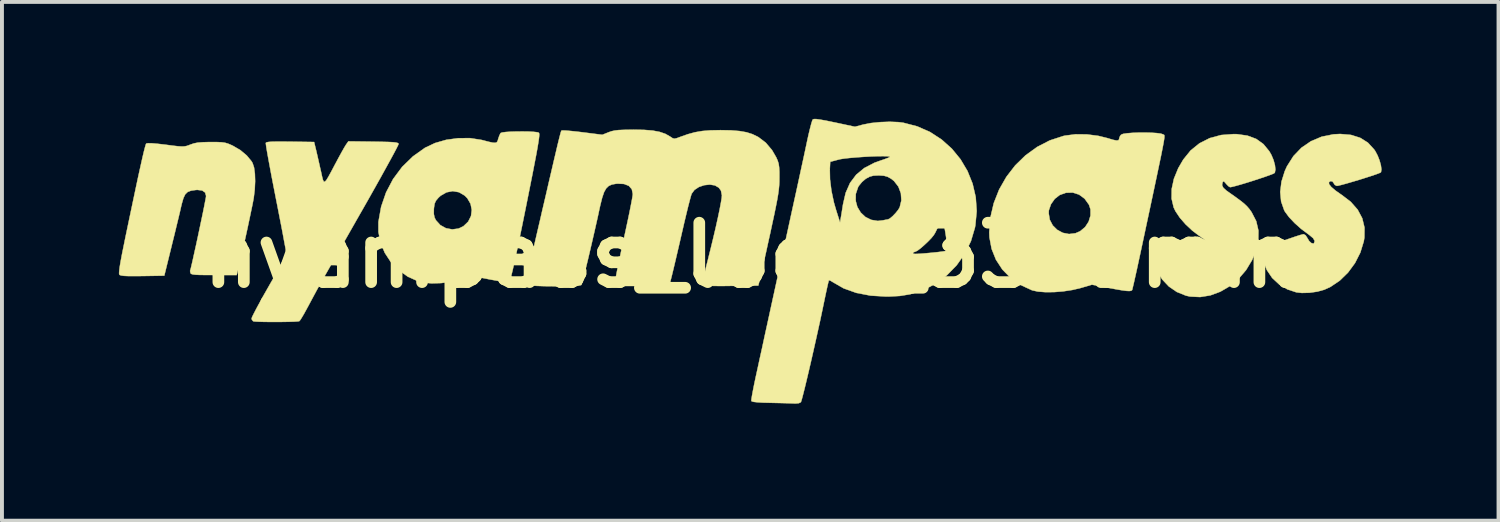
<source format=kicad_pcb>
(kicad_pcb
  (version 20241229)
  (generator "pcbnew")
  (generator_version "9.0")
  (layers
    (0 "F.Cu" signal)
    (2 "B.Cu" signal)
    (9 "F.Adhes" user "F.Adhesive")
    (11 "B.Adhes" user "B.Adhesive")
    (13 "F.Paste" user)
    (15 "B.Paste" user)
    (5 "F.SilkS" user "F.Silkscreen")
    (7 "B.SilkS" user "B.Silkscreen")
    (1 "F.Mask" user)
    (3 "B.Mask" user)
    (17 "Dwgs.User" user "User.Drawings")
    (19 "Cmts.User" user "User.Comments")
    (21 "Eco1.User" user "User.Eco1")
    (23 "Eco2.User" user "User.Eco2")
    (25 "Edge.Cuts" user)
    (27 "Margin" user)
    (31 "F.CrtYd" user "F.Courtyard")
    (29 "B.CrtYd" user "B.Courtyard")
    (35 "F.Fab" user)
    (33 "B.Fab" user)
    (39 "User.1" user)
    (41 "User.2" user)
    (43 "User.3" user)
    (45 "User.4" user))
  (footprint "nyampass_logo_33x9mm"
    (layer "F.Cu")
    (at 16.232 3.498)
    (property "Reference" "nyampass_logo_33x9mm" (at 0 0 0) (layer "F.SilkS") (effects (font (size 1.524 1.524) (thickness 0.3))))
    (attr through_hole)
    (fp_poly (pts (xy 12.453 -3.106) (xy 12.72 -3.068) (xy 12.945 -2.984) (xy 13.13 -2.851) (xy 13.28 -2.668) (xy 13.336 -2.57) (xy 13.39 -2.44) (xy 13.425 -2.31) (xy 13.437 -2.198) (xy 13.423 -2.12) (xy 13.418 -2.112) (xy 13.381 -2.091) (xy 13.294 -2.057) (xy 13.17 -2.013) (xy 13.021 -1.963) (xy 12.859 -1.91) (xy 12.696 -1.859) (xy 12.543 -1.813) (xy 12.414 -1.777) (xy 12.319 -1.753) (xy 12.274 -1.746) (xy 12.234 -1.769) (xy 12.18 -1.824) (xy 12.172 -1.834) (xy 12.124 -1.888) (xy 12.097 -1.895) (xy 12.08 -1.865) (xy 12.069 -1.797) (xy 12.1 -1.733) (xy 12.178 -1.66) (xy 12.23 -1.623) (xy 12.405 -1.5) (xy 12.536 -1.404) (xy 12.634 -1.326) (xy 12.707 -1.257) (xy 12.766 -1.189) (xy 12.82 -1.114) (xy 12.826 -1.105) (xy 12.945 -0.875) (xy 13.002 -0.631) (xy 12.998 -0.373) (xy 12.932 -0.1) (xy 12.84 0.122) (xy 12.684 0.381) (xy 12.491 0.606) (xy 12.269 0.792) (xy 12.025 0.934) (xy 11.769 1.029) (xy 11.506 1.072) (xy 11.246 1.059) (xy 11.142 1.036) (xy 10.91 0.943) (xy 10.704 0.802) (xy 10.534 0.622) (xy 10.406 0.413) (xy 10.329 0.184) (xy 10.31 0.039) (xy 10.303 -0.107) (xy 10.811 -0.29) (xy 10.983 -0.351) (xy 11.138 -0.404) (xy 11.264 -0.444) (xy 11.351 -0.469) (xy 11.382 -0.475) (xy 11.446 -0.445) (xy 11.509 -0.357) (xy 11.566 -0.276) (xy 11.62 -0.241) (xy 11.66 -0.256) (xy 11.676 -0.302) (xy 11.663 -0.349) (xy 11.609 -0.407) (xy 11.504 -0.483) (xy 11.491 -0.492) (xy 11.306 -0.631) (xy 11.134 -0.792) (xy 10.985 -0.963) (xy 10.874 -1.129) (xy 10.827 -1.227) (xy 10.774 -1.453) (xy 10.777 -1.701) (xy 10.834 -1.963) (xy 10.944 -2.232) (xy 11.073 -2.454) (xy 11.263 -2.689) (xy 11.491 -2.873) (xy 11.753 -3.005) (xy 12.046 -3.084) (xy 12.368 -3.108) (xy 12.453 -3.106)) (stroke (width 0.01) (type solid)) (fill yes) (layer "F.SilkS"))
    (fp_poly (pts (xy 15.375 -3.087) (xy 15.611 -3.013) (xy 15.809 -2.889) (xy 15.97 -2.714) (xy 16 -2.67) (xy 16.06 -2.557) (xy 16.109 -2.431) (xy 16.143 -2.308) (xy 16.157 -2.204) (xy 16.147 -2.135) (xy 16.14 -2.125) (xy 16.1 -2.106) (xy 16.011 -2.073) (xy 15.886 -2.031) (xy 15.736 -1.983) (xy 15.574 -1.932) (xy 15.411 -1.884) (xy 15.261 -1.84) (xy 15.136 -1.806) (xy 15.047 -1.784) (xy 15.012 -1.779) (xy 14.96 -1.805) (xy 14.938 -1.841) (xy 14.899 -1.894) (xy 14.846 -1.901) (xy 14.81 -1.871) (xy 14.815 -1.822) (xy 14.872 -1.75) (xy 14.975 -1.662) (xy 15.118 -1.561) (xy 15.134 -1.551) (xy 15.37 -1.371) (xy 15.547 -1.17) (xy 15.665 -0.949) (xy 15.723 -0.71) (xy 15.72 -0.454) (xy 15.704 -0.356) (xy 15.616 -0.069) (xy 15.479 0.201) (xy 15.3 0.444) (xy 15.089 0.65) (xy 14.852 0.81) (xy 14.691 0.884) (xy 14.513 0.933) (xy 14.312 0.962) (xy 14.115 0.967) (xy 13.974 0.951) (xy 13.744 0.875) (xy 13.533 0.748) (xy 13.355 0.583) (xy 13.223 0.388) (xy 13.211 0.364) (xy 13.165 0.249) (xy 13.128 0.123) (xy 13.103 0.002) (xy 13.092 -0.097) (xy 13.1 -0.157) (xy 13.105 -0.163) (xy 13.145 -0.185) (xy 13.233 -0.221) (xy 13.356 -0.269) (xy 13.503 -0.323) (xy 13.66 -0.38) (xy 13.815 -0.433) (xy 13.955 -0.481) (xy 14.068 -0.517) (xy 14.143 -0.537) (xy 14.161 -0.54) (xy 14.212 -0.512) (xy 14.256 -0.444) (xy 14.256 -0.443) (xy 14.302 -0.366) (xy 14.359 -0.313) (xy 14.41 -0.299) (xy 14.426 -0.308) (xy 14.446 -0.366) (xy 14.404 -0.439) (xy 14.3 -0.526) (xy 14.28 -0.54) (xy 14.099 -0.675) (xy 13.931 -0.825) (xy 13.789 -0.975) (xy 13.686 -1.113) (xy 13.662 -1.156) (xy 13.584 -1.379) (xy 13.561 -1.625) (xy 13.593 -1.888) (xy 13.678 -2.159) (xy 13.735 -2.284) (xy 13.899 -2.543) (xy 14.105 -2.758) (xy 14.349 -2.925) (xy 14.624 -3.041) (xy 14.926 -3.102) (xy 15.099 -3.111) (xy 15.375 -3.087)) (stroke (width 0.01) (type solid)) (fill yes) (layer "F.SilkS"))
    (fp_poly (pts (xy -5.722 -3.173) (xy -5.594 -3.166) (xy -5.501 -3.156) (xy -5.461 -3.144) (xy -5.452 -3.131) (xy -5.448 -3.103) (xy -5.45 -3.055) (xy -5.458 -2.983) (xy -5.473 -2.883) (xy -5.495 -2.749) (xy -5.526 -2.578) (xy -5.567 -2.365) (xy -5.617 -2.106) (xy -5.679 -1.795) (xy -5.752 -1.429) (xy -5.794 -1.219) (xy -5.883 -0.779) (xy -5.961 -0.4) (xy -6.028 -0.08) (xy -6.085 0.182) (xy -6.132 0.388) (xy -6.169 0.54) (xy -6.196 0.639) (xy -6.215 0.687) (xy -6.219 0.692) (xy -6.265 0.692) (xy -6.361 0.681) (xy -6.493 0.66) (xy -6.651 0.632) (xy -6.712 0.621) (xy -7.16 0.533) (xy -7.445 0.617) (xy -7.704 0.679) (xy -7.965 0.714) (xy -8.213 0.721) (xy -8.431 0.7) (xy -8.548 0.671) (xy -8.817 0.551) (xy -9.054 0.383) (xy -9.254 0.177) (xy -9.41 -0.06) (xy -9.519 -0.321) (xy -9.574 -0.597) (xy -9.574 -0.854) (xy -9.538 -1.057) (xy -8.153 -1.057) (xy -8.133 -0.965) (xy -8.098 -0.897) (xy -7.986 -0.773) (xy -7.843 -0.694) (xy -7.682 -0.663) (xy -7.521 -0.684) (xy -7.394 -0.744) (xy -7.271 -0.862) (xy -7.199 -1.006) (xy -7.179 -1.162) (xy -7.21 -1.319) (xy -7.294 -1.463) (xy -7.363 -1.532) (xy -7.509 -1.617) (xy -7.667 -1.645) (xy -7.827 -1.614) (xy -7.977 -1.528) (xy -8.032 -1.478) (xy -8.097 -1.401) (xy -8.132 -1.326) (xy -8.148 -1.224) (xy -8.152 -1.183) (xy -8.153 -1.057) (xy -9.538 -1.057) (xy -9.504 -1.245) (xy -9.377 -1.614) (xy -9.197 -1.956) (xy -8.966 -2.266) (xy -8.689 -2.536) (xy -8.377 -2.758) (xy -8.123 -2.878) (xy -7.834 -2.961) (xy -7.527 -3.003) (xy -7.22 -3.004) (xy -6.931 -2.959) (xy -6.906 -2.953) (xy -6.75 -2.912) (xy -6.644 -2.889) (xy -6.577 -2.884) (xy -6.538 -2.898) (xy -6.516 -2.932) (xy -6.501 -2.985) (xy -6.472 -3.07) (xy -6.441 -3.132) (xy -6.439 -3.135) (xy -6.396 -3.15) (xy -6.303 -3.162) (xy -6.176 -3.17) (xy -6.027 -3.174) (xy -5.871 -3.175) (xy -5.722 -3.173)) (stroke (width 0.01) (type solid)) (fill yes) (layer "F.SilkS"))
    (fp_poly (pts (xy 10.254 -3.143) (xy 10.393 -3.134) (xy 10.499 -3.12) (xy 10.555 -3.101) (xy 10.565 -3.095) (xy 10.575 -3.092) (xy 10.582 -3.087) (xy 10.588 -3.077) (xy 10.59 -3.058) (xy 10.589 -3.026) (xy 10.583 -2.977) (xy 10.572 -2.909) (xy 10.555 -2.816) (xy 10.532 -2.697) (xy 10.502 -2.546) (xy 10.463 -2.36) (xy 10.416 -2.136) (xy 10.36 -1.87) (xy 10.294 -1.558) (xy 10.217 -1.196) (xy 10.128 -0.781) (xy 10.028 -0.309) (xy 9.983 -0.099) (xy 9.931 0.141) (xy 9.884 0.36) (xy 9.841 0.552) (xy 9.806 0.708) (xy 9.779 0.822) (xy 9.764 0.884) (xy 9.76 0.894) (xy 9.737 0.911) (xy 9.69 0.918) (xy 9.612 0.914) (xy 9.494 0.898) (xy 9.328 0.869) (xy 9.161 0.838) (xy 8.731 0.755) (xy 8.438 0.841) (xy 8.226 0.891) (xy 7.995 0.926) (xy 7.761 0.945) (xy 7.539 0.947) (xy 7.345 0.932) (xy 7.195 0.899) (xy 7.191 0.897) (xy 6.897 0.762) (xy 6.643 0.582) (xy 6.431 0.364) (xy 6.268 0.114) (xy 6.157 -0.163) (xy 6.101 -0.461) (xy 6.096 -0.59) (xy 6.126 -0.97) (xy 6.153 -1.085) (xy 7.62 -1.085) (xy 7.648 -0.912) (xy 7.725 -0.765) (xy 7.841 -0.651) (xy 7.983 -0.575) (xy 8.143 -0.544) (xy 8.308 -0.564) (xy 8.427 -0.616) (xy 8.556 -0.723) (xy 8.646 -0.862) (xy 8.694 -1.018) (xy 8.694 -1.176) (xy 8.655 -1.295) (xy 8.543 -1.451) (xy 8.4 -1.556) (xy 8.238 -1.608) (xy 8.065 -1.603) (xy 7.904 -1.546) (xy 7.777 -1.447) (xy 7.68 -1.31) (xy 7.626 -1.156) (xy 7.62 -1.085) (xy 6.153 -1.085) (xy 6.212 -1.337) (xy 6.35 -1.686) (xy 6.535 -2.01) (xy 6.762 -2.305) (xy 7.027 -2.563) (xy 7.324 -2.778) (xy 7.65 -2.946) (xy 8 -3.06) (xy 8.044 -3.069) (xy 8.31 -3.103) (xy 8.603 -3.1) (xy 8.897 -3.062) (xy 9.126 -3.005) (xy 9.265 -2.963) (xy 9.355 -2.944) (xy 9.406 -2.948) (xy 9.427 -2.974) (xy 9.43 -3) (xy 9.451 -3.056) (xy 9.48 -3.093) (xy 9.532 -3.114) (xy 9.633 -3.129) (xy 9.77 -3.14) (xy 9.928 -3.146) (xy 10.094 -3.147) (xy 10.254 -3.143)) (stroke (width 0.01) (type solid)) (fill yes) (layer "F.SilkS"))
    (fp_poly (pts (xy -9.705 -2.914) (xy -9.484 -2.91) (xy -9.319 -2.906) (xy -9.202 -2.9) (xy -9.124 -2.891) (xy -9.08 -2.88) (xy -9.059 -2.865) (xy -9.056 -2.857) (xy -9.07 -2.822) (xy -9.113 -2.736) (xy -9.182 -2.605) (xy -9.275 -2.434) (xy -9.389 -2.227) (xy -9.521 -1.988) (xy -9.669 -1.724) (xy -9.83 -1.438) (xy -10.002 -1.136) (xy -10.035 -1.079) (xy -10.212 -0.768) (xy -10.383 -0.468) (xy -10.545 -0.184) (xy -10.694 0.078) (xy -10.827 0.313) (xy -10.942 0.515) (xy -11.034 0.679) (xy -11.102 0.799) (xy -11.141 0.87) (xy -11.143 0.873) (xy -11.214 1.005) (xy -11.3 1.165) (xy -11.386 1.326) (xy -11.416 1.381) (xy -11.483 1.503) (xy -11.543 1.605) (xy -11.586 1.671) (xy -11.603 1.69) (xy -11.643 1.697) (xy -11.735 1.703) (xy -11.865 1.707) (xy -12.021 1.71) (xy -12.19 1.711) (xy -12.359 1.711) (xy -12.516 1.709) (xy -12.648 1.705) (xy -12.743 1.7) (xy -12.787 1.693) (xy -12.821 1.652) (xy -12.827 1.62) (xy -12.812 1.579) (xy -12.768 1.49) (xy -12.701 1.361) (xy -12.614 1.201) (xy -12.512 1.016) (xy -12.397 0.814) (xy -12.383 0.789) (xy -12.267 0.586) (xy -12.163 0.398) (xy -12.074 0.232) (xy -12.004 0.098) (xy -11.957 0.002) (xy -11.939 -0.047) (xy -11.938 -0.05) (xy -11.944 -0.094) (xy -11.961 -0.194) (xy -11.989 -0.342) (xy -12.024 -0.533) (xy -12.067 -0.759) (xy -12.117 -1.014) (xy -12.171 -1.291) (xy -12.208 -1.478) (xy -12.264 -1.765) (xy -12.316 -2.033) (xy -12.361 -2.275) (xy -12.4 -2.486) (xy -12.431 -2.659) (xy -12.452 -2.786) (xy -12.462 -2.863) (xy -12.463 -2.882) (xy -12.443 -2.897) (xy -12.39 -2.907) (xy -12.299 -2.913) (xy -12.162 -2.916) (xy -11.972 -2.915) (xy -11.836 -2.914) (xy -11.224 -2.905) (xy -11.17 -2.683) (xy -11.139 -2.549) (xy -11.101 -2.382) (xy -11.062 -2.209) (xy -11.047 -2.145) (xy -11.021 -2.024) (xy -10.999 -1.938) (xy -10.977 -1.891) (xy -10.95 -1.886) (xy -10.912 -1.924) (xy -10.859 -2.01) (xy -10.785 -2.145) (xy -10.686 -2.333) (xy -10.677 -2.349) (xy -10.596 -2.501) (xy -10.52 -2.64) (xy -10.457 -2.752) (xy -10.413 -2.824) (xy -10.407 -2.834) (xy -10.345 -2.922) (xy -9.705 -2.914)) (stroke (width 0.01) (type solid)) (fill yes) (layer "F.SilkS"))
    (fp_poly (pts (xy -13.713 -2.903) (xy -13.598 -2.898) (xy -13.51 -2.886) (xy -13.432 -2.863) (xy -13.347 -2.827) (xy -13.303 -2.806) (xy -13.114 -2.695) (xy -12.951 -2.558) (xy -12.829 -2.41) (xy -12.803 -2.365) (xy -12.765 -2.252) (xy -12.743 -2.091) (xy -12.737 -1.898) (xy -12.747 -1.686) (xy -12.773 -1.471) (xy -12.779 -1.438) (xy -12.801 -1.321) (xy -12.835 -1.157) (xy -12.877 -0.957) (xy -12.924 -0.734) (xy -12.975 -0.5) (xy -13.026 -0.268) (xy -13.075 -0.05) (xy -13.119 0.142) (xy -13.155 0.295) (xy -13.179 0.389) (xy -13.21 0.508) (xy -13.793 0.508) (xy -14.002 0.507) (xy -14.156 0.505) (xy -14.264 0.5) (xy -14.333 0.492) (xy -14.373 0.48) (xy -14.392 0.464) (xy -14.395 0.458) (xy -14.406 0.403) (xy -14.402 0.386) (xy -14.39 0.348) (xy -14.368 0.256) (xy -14.337 0.122) (xy -14.3 -0.047) (xy -14.257 -0.239) (xy -14.212 -0.447) (xy -14.167 -0.66) (xy -14.123 -0.869) (xy -14.082 -1.064) (xy -14.047 -1.237) (xy -14.02 -1.377) (xy -14.001 -1.475) (xy -13.995 -1.522) (xy -14.02 -1.609) (xy -14.096 -1.662) (xy -14.22 -1.677) (xy -14.262 -1.674) (xy -14.381 -1.657) (xy -14.467 -1.624) (xy -14.529 -1.565) (xy -14.576 -1.468) (xy -14.618 -1.323) (xy -14.636 -1.248) (xy -14.664 -1.124) (xy -14.705 -0.953) (xy -14.755 -0.747) (xy -14.809 -0.523) (xy -14.866 -0.293) (xy -14.887 -0.206) (xy -15.067 0.524) (xy -15.625 0.533) (xy -15.838 0.535) (xy -15.994 0.534) (xy -16.104 0.529) (xy -16.173 0.519) (xy -16.211 0.506) (xy -16.219 0.498) (xy -16.227 0.469) (xy -16.224 0.407) (xy -16.212 0.306) (xy -16.188 0.163) (xy -16.152 -0.029) (xy -16.102 -0.275) (xy -16.064 -0.463) (xy -15.963 -0.945) (xy -15.874 -1.367) (xy -15.797 -1.732) (xy -15.731 -2.041) (xy -15.674 -2.297) (xy -15.628 -2.503) (xy -15.591 -2.66) (xy -15.562 -2.772) (xy -15.542 -2.84) (xy -15.531 -2.865) (xy -15.485 -2.874) (xy -15.382 -2.872) (xy -15.226 -2.858) (xy -15.03 -2.835) (xy -14.848 -2.811) (xy -14.717 -2.796) (xy -14.624 -2.79) (xy -14.556 -2.792) (xy -14.5 -2.802) (xy -14.444 -2.82) (xy -14.4 -2.838) (xy -14.309 -2.869) (xy -14.209 -2.889) (xy -14.082 -2.899) (xy -13.913 -2.904) (xy -13.875 -2.904) (xy -13.713 -2.903)) (stroke (width 0.01) (type solid)) (fill yes) (layer "F.SilkS"))
    (fp_poly (pts (xy -2.758 -3.216) (xy -2.537 -3.198) (xy -2.358 -3.164) (xy -2.212 -3.114) (xy -2.09 -3.044) (xy -2.084 -3.04) (xy -2.026 -3.002) (xy -1.978 -2.99) (xy -1.917 -3.004) (xy -1.845 -3.031) (xy -1.639 -3.104) (xy -1.453 -3.155) (xy -1.265 -3.187) (xy -1.057 -3.204) (xy -0.806 -3.209) (xy -0.794 -3.209) (xy -0.527 -3.204) (xy -0.311 -3.186) (xy -0.133 -3.155) (xy 0.019 -3.107) (xy 0.157 -3.04) (xy 0.175 -3.03) (xy 0.362 -2.888) (xy 0.523 -2.698) (xy 0.631 -2.512) (xy 0.669 -2.425) (xy 0.693 -2.346) (xy 0.706 -2.256) (xy 0.712 -2.139) (xy 0.712 -1.984) (xy 0.711 -1.882) (xy 0.706 -1.784) (xy 0.696 -1.681) (xy 0.68 -1.564) (xy 0.657 -1.427) (xy 0.624 -1.259) (xy 0.582 -1.052) (xy 0.527 -0.798) (xy 0.482 -0.587) (xy 0.425 -0.331) (xy 0.372 -0.087) (xy 0.322 0.135) (xy 0.279 0.326) (xy 0.245 0.478) (xy 0.221 0.582) (xy 0.212 0.619) (xy 0.171 0.778) (xy -0.514 0.786) (xy -0.747 0.789) (xy -0.925 0.788) (xy -1.054 0.785) (xy -1.143 0.779) (xy -1.199 0.77) (xy -1.229 0.756) (xy -1.235 0.75) (xy -1.246 0.72) (xy -1.244 0.663) (xy -1.23 0.571) (xy -1.201 0.438) (xy -1.157 0.254) (xy -1.131 0.154) (xy -1.056 -0.147) (xy -0.985 -0.438) (xy -0.921 -0.71) (xy -0.866 -0.958) (xy -0.821 -1.172) (xy -0.788 -1.347) (xy -0.767 -1.473) (xy -0.762 -1.537) (xy -0.786 -1.656) (xy -0.84 -1.732) (xy -0.941 -1.792) (xy -1.072 -1.813) (xy -1.215 -1.798) (xy -1.351 -1.752) (xy -1.465 -1.677) (xy -1.538 -1.579) (xy -1.538 -1.578) (xy -1.557 -1.521) (xy -1.587 -1.411) (xy -1.627 -1.257) (xy -1.673 -1.069) (xy -1.724 -0.856) (xy -1.777 -0.626) (xy -1.779 -0.619) (xy -1.834 -0.378) (xy -1.889 -0.142) (xy -1.94 0.076) (xy -1.985 0.267) (xy -2.021 0.417) (xy -2.043 0.508) (xy -2.111 0.778) (xy -2.803 0.786) (xy -3.036 0.789) (xy -3.212 0.789) (xy -3.34 0.786) (xy -3.427 0.78) (xy -3.48 0.771) (xy -3.506 0.758) (xy -3.511 0.75) (xy -3.509 0.71) (xy -3.493 0.615) (xy -3.467 0.473) (xy -3.431 0.291) (xy -3.386 0.076) (xy -3.335 -0.163) (xy -3.288 -0.378) (xy -3.232 -0.636) (xy -3.18 -0.878) (xy -3.134 -1.097) (xy -3.097 -1.284) (xy -3.069 -1.432) (xy -3.052 -1.532) (xy -3.048 -1.572) (xy -3.074 -1.695) (xy -3.151 -1.781) (xy -3.274 -1.829) (xy -3.441 -1.837) (xy -3.482 -1.833) (xy -3.586 -1.814) (xy -3.667 -1.777) (xy -3.732 -1.714) (xy -3.786 -1.617) (xy -3.834 -1.476) (xy -3.882 -1.285) (xy -3.903 -1.191) (xy -3.944 -0.999) (xy -3.992 -0.785) (xy -4.044 -0.556) (xy -4.098 -0.322) (xy -4.152 -0.09) (xy -4.204 0.13) (xy -4.253 0.33) (xy -4.295 0.502) (xy -4.329 0.637) (xy -4.353 0.726) (xy -4.365 0.761) (xy -4.403 0.773) (xy -4.492 0.782) (xy -4.622 0.789) (xy -4.782 0.794) (xy -4.959 0.796) (xy -5.144 0.795) (xy -5.324 0.793) (xy -5.49 0.787) (xy -5.628 0.78) (xy -5.729 0.77) (xy -5.782 0.758) (xy -5.786 0.754) (xy -5.789 0.744) (xy -5.791 0.732) (xy -5.79 0.712) (xy -5.786 0.68) (xy -5.777 0.631) (xy -5.762 0.56) (xy -5.741 0.463) (xy -5.713 0.335) (xy -5.676 0.171) (xy -5.629 -0.033) (xy -5.571 -0.283) (xy -5.502 -0.582) (xy -5.419 -0.937) (xy -5.372 -1.143) (xy -5.277 -1.548) (xy -5.197 -1.896) (xy -5.128 -2.19) (xy -5.071 -2.436) (xy -5.023 -2.638) (xy -4.985 -2.801) (xy -4.954 -2.928) (xy -4.93 -3.024) (xy -4.912 -3.094) (xy -4.899 -3.142) (xy -4.89 -3.172) (xy -4.882 -3.189) (xy -4.877 -3.198) (xy -4.876 -3.199) (xy -4.839 -3.202) (xy -4.75 -3.198) (xy -4.621 -3.186) (xy -4.461 -3.169) (xy -4.343 -3.155) (xy -3.83 -3.09) (xy -3.669 -3.155) (xy -3.594 -3.181) (xy -3.513 -3.199) (xy -3.413 -3.211) (xy -3.279 -3.217) (xy -3.1 -3.22) (xy -3.032 -3.221) (xy -2.758 -3.216)) (stroke (width 0.01) (type solid)) (fill yes) (layer "F.SilkS"))
    (fp_poly (pts (xy 1.66 -3.493) (xy 1.761 -3.479) (xy 1.909 -3.453) (xy 2.11 -3.411) (xy 2.127 -3.408) (xy 2.651 -3.296) (xy 2.857 -3.351) (xy 3.06 -3.391) (xy 3.297 -3.415) (xy 3.542 -3.424) (xy 3.768 -3.415) (xy 3.892 -3.399) (xy 4.249 -3.306) (xy 4.578 -3.161) (xy 4.876 -2.967) (xy 5.137 -2.733) (xy 5.359 -2.462) (xy 5.538 -2.161) (xy 5.669 -1.836) (xy 5.749 -1.491) (xy 5.774 -1.134) (xy 5.74 -0.769) (xy 5.728 -0.705) (xy 5.626 -0.361) (xy 5.468 -0.037) (xy 5.26 0.257) (xy 5.009 0.514) (xy 4.721 0.727) (xy 4.57 0.81) (xy 4.314 0.924) (xy 4.066 1.001) (xy 3.804 1.044) (xy 3.507 1.06) (xy 3.461 1.06) (xy 3.053 1.036) (xy 2.685 0.965) (xy 2.36 0.849) (xy 2.086 0.691) (xy 2.023 0.653) (xy 1.985 0.641) (xy 1.982 0.642) (xy 1.972 0.677) (xy 1.951 0.763) (xy 1.923 0.89) (xy 1.889 1.049) (xy 1.859 1.193) (xy 1.812 1.419) (xy 1.76 1.667) (xy 1.702 1.929) (xy 1.642 2.2) (xy 1.581 2.471) (xy 1.521 2.735) (xy 1.463 2.984) (xy 1.409 3.212) (xy 1.361 3.411) (xy 1.32 3.573) (xy 1.289 3.691) (xy 1.268 3.758) (xy 1.263 3.77) (xy 1.212 3.795) (xy 1.129 3.803) (xy 1.115 3.803) (xy 1.043 3.8) (xy 0.923 3.796) (xy 0.767 3.792) (xy 0.59 3.788) (xy 0.503 3.786) (xy 0.295 3.781) (xy 0.146 3.772) (xy 0.049 3.761) (xy 0.001 3.746) (xy -0.007 3.738) (xy -0.005 3.696) (xy 0.01 3.602) (xy 0.035 3.467) (xy 0.068 3.3) (xy 0.108 3.111) (xy 0.115 3.08) (xy 0.156 2.893) (xy 0.207 2.657) (xy 0.267 2.386) (xy 0.33 2.093) (xy 0.396 1.792) (xy 0.461 1.495) (xy 0.489 1.365) (xy 0.553 1.073) (xy 0.627 0.734) (xy 0.708 0.365) (xy 0.791 -0.019) (xy 0.797 -0.047) (xy 4.14 -0.047) (xy 4.158 -0.037) (xy 4.207 -0.034) (xy 4.295 -0.037) (xy 4.429 -0.047) (xy 4.617 -0.064) (xy 4.636 -0.066) (xy 4.782 -0.081) (xy 4.904 -0.097) (xy 4.989 -0.111) (xy 5.023 -0.121) (xy 5.025 -0.158) (xy 5.018 -0.242) (xy 5.003 -0.36) (xy 4.984 -0.497) (xy 4.961 -0.638) (xy 4.938 -0.77) (xy 4.916 -0.877) (xy 4.901 -0.935) (xy 4.885 -0.955) (xy 4.861 -0.927) (xy 4.827 -0.845) (xy 4.812 -0.805) (xy 4.763 -0.686) (xy 4.709 -0.576) (xy 4.673 -0.517) (xy 4.611 -0.44) (xy 4.525 -0.351) (xy 4.428 -0.26) (xy 4.335 -0.179) (xy 4.257 -0.12) (xy 4.209 -0.095) (xy 4.206 -0.095) (xy 4.153 -0.075) (xy 4.143 -0.064) (xy 4.14 -0.047) (xy 0.797 -0.047) (xy 0.875 -0.401) (xy 0.955 -0.767) (xy 1.016 -1.048) (xy 1.083 -1.353) (xy 1.151 -1.662) (xy 1.216 -1.962) (xy 1.269 -2.207) (xy 2.006 -2.207) (xy 2.011 -1.947) (xy 2.047 -1.656) (xy 2.111 -1.353) (xy 2.167 -1.159) (xy 2.268 -0.841) (xy 2.29 -0.968) (xy 2.307 -1.07) (xy 2.328 -1.201) (xy 2.344 -1.302) (xy 2.366 -1.399) (xy 2.669 -1.399) (xy 2.713 -1.237) (xy 2.799 -1.095) (xy 2.919 -0.982) (xy 3.068 -0.908) (xy 3.237 -0.88) (xy 3.365 -0.895) (xy 3.445 -0.911) (xy 3.496 -0.92) (xy 3.499 -0.92) (xy 3.548 -0.944) (xy 3.618 -1.003) (xy 3.694 -1.082) (xy 3.759 -1.163) (xy 3.799 -1.229) (xy 3.842 -1.408) (xy 3.829 -1.59) (xy 3.765 -1.76) (xy 3.654 -1.903) (xy 3.582 -1.961) (xy 3.487 -2.014) (xy 3.393 -2.04) (xy 3.269 -2.048) (xy 3.254 -2.048) (xy 3.126 -2.042) (xy 3.03 -2.017) (xy 2.937 -1.967) (xy 2.927 -1.961) (xy 2.832 -1.88) (xy 2.751 -1.781) (xy 2.731 -1.747) (xy 2.672 -1.572) (xy 2.669 -1.399) (xy 2.366 -1.399) (xy 2.413 -1.601) (xy 2.525 -1.855) (xy 2.683 -2.066) (xy 2.89 -2.237) (xy 3.147 -2.371) (xy 3.303 -2.427) (xy 3.414 -2.465) (xy 3.501 -2.498) (xy 3.546 -2.521) (xy 3.548 -2.522) (xy 3.532 -2.534) (xy 3.464 -2.541) (xy 3.353 -2.542) (xy 3.211 -2.54) (xy 3.047 -2.534) (xy 2.874 -2.524) (xy 2.7 -2.512) (xy 2.536 -2.498) (xy 2.394 -2.483) (xy 2.283 -2.466) (xy 2.238 -2.456) (xy 2.016 -2.397) (xy 2.006 -2.207) (xy 1.269 -2.207) (xy 1.277 -2.244) (xy 1.332 -2.497) (xy 1.378 -2.711) (xy 1.413 -2.876) (xy 1.419 -2.905) (xy 1.458 -3.084) (xy 1.496 -3.242) (xy 1.529 -3.369) (xy 1.555 -3.453) (xy 1.568 -3.482) (xy 1.598 -3.493) (xy 1.66 -3.493)) (stroke (width 0.01) (type solid)) (fill yes) (layer "F.SilkS")))
  (gr_rect
    (start -3 -3)
    (end 35.393 10.307)
    (stroke (width 0.1) (type default))
    (fill no)
    (layer "Edge.Cuts")))
</source>
